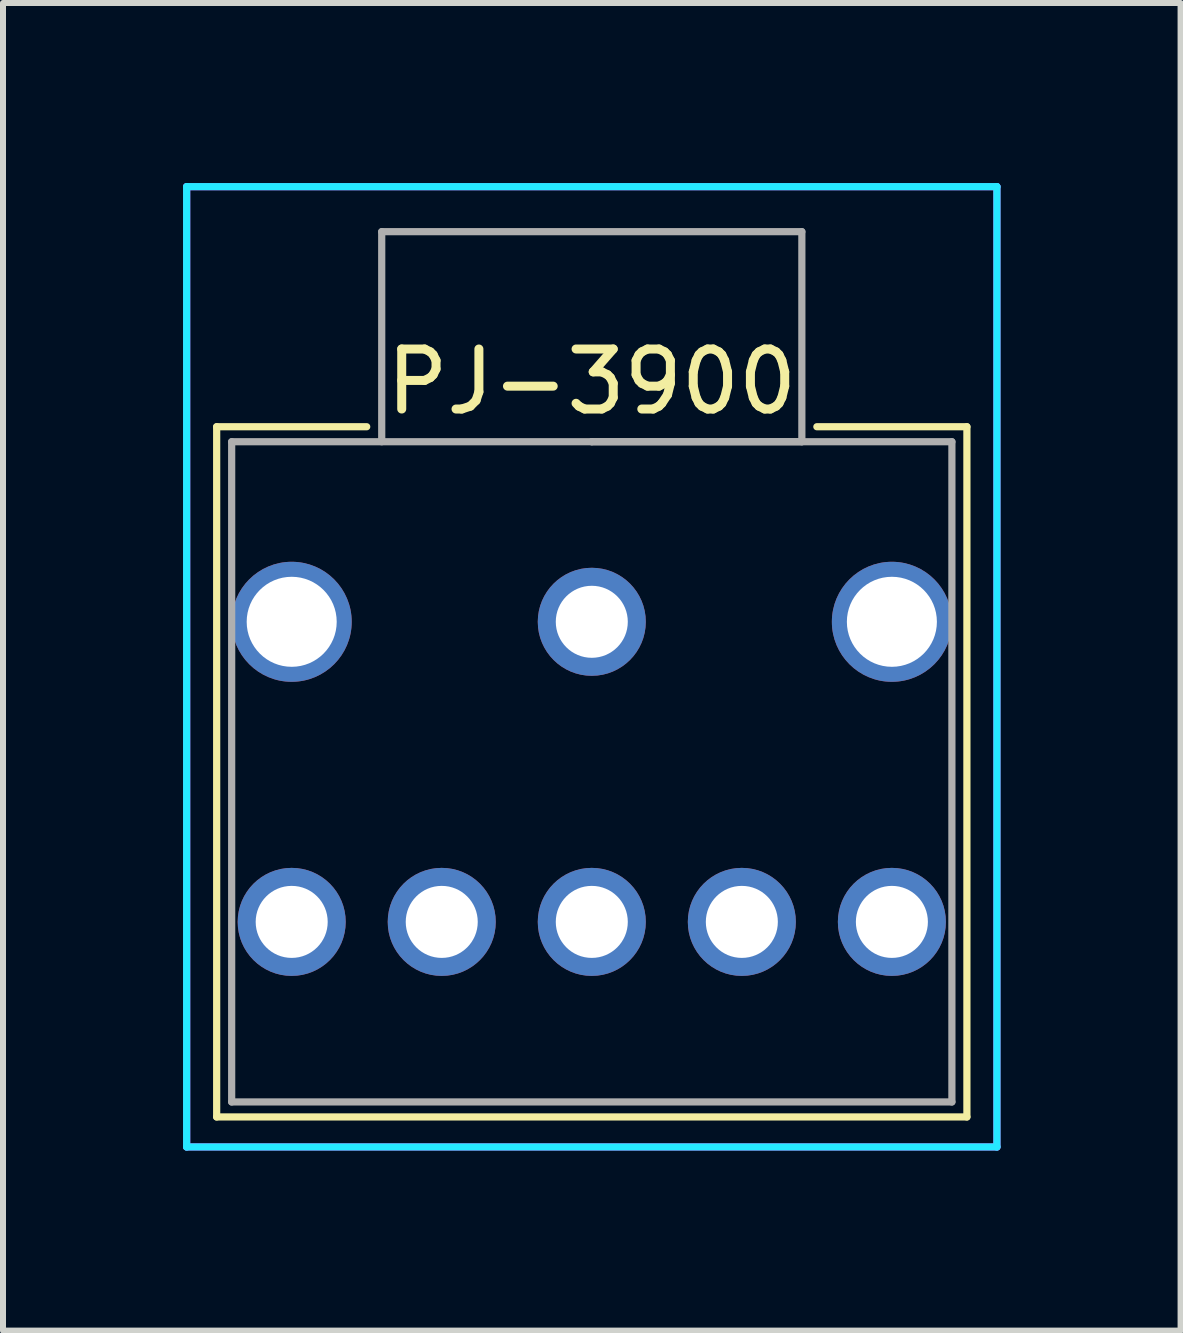
<source format=kicad_pcb>
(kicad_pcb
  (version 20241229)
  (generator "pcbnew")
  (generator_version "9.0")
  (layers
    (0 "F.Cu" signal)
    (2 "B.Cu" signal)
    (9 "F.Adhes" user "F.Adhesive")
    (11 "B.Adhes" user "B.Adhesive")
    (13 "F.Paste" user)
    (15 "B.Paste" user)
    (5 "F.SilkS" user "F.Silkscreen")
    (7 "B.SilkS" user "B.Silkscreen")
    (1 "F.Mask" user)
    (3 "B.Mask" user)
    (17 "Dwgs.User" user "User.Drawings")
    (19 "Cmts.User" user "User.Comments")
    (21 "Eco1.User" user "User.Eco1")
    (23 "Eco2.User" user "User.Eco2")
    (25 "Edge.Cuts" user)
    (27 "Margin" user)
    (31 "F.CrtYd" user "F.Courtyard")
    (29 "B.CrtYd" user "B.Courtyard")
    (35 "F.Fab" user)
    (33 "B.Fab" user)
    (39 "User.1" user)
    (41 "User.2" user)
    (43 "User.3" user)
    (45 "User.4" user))
  (footprint "PJ-3900"
    (layer "F.Cu")
    (at 6.81 7.31)
    (property "Reference" "PJ-3900" (at 0 -4 0) (layer "F.SilkS") (effects (font (size 1 1) (thickness 0.15))))
    (attr through_hole)
    (fp_line (start -6.25 -3.25) (end -3.75 -3.25) (stroke (width 0.12) (type solid)) (layer "F.SilkS"))
    (fp_line (start -6.25 8.25) (end -6.25 -3.25) (stroke (width 0.12) (type solid)) (layer "F.SilkS"))
    (fp_line (start 3.75 -3.25) (end 6.25 -3.25) (stroke (width 0.12) (type solid)) (layer "F.SilkS"))
    (fp_line (start 6.25 -3.25) (end 6.25 8.25) (stroke (width 0.12) (type solid)) (layer "F.SilkS"))
    (fp_line (start 6.25 8.25) (end -6.25 8.25) (stroke (width 0.12) (type solid)) (layer "F.SilkS"))
    (fp_line (start -6.75 -7.25) (end 6.75 -7.25) (stroke (width 0.12) (type solid)) (layer "B.CrtYd"))
    (fp_line (start -6.75 8.75) (end -6.75 -7.25) (stroke (width 0.12) (type solid)) (layer "B.CrtYd"))
    (fp_line (start 6.75 -7.25) (end 6.75 8.75) (stroke (width 0.12) (type solid)) (layer "B.CrtYd"))
    (fp_line (start 6.75 8.75) (end -6.75 8.75) (stroke (width 0.12) (type solid)) (layer "B.CrtYd"))
    (fp_line (start -6.75 -7.25) (end 6.75 -7.25) (stroke (width 0.12) (type solid)) (layer "F.CrtYd"))
    (fp_line (start -6.75 8.75) (end -6.75 -7.25) (stroke (width 0.12) (type solid)) (layer "F.CrtYd"))
    (fp_line (start 6.75 -7.25) (end 6.75 8.75) (stroke (width 0.12) (type solid)) (layer "F.CrtYd"))
    (fp_line (start 6.75 8.75) (end -6.75 8.75) (stroke (width 0.12) (type solid)) (layer "F.CrtYd"))
    (fp_line (start -6 -3) (end 0 -3) (stroke (width 0.12) (type solid)) (layer "F.Fab"))
    (fp_line (start -6 8) (end -6 -3) (stroke (width 0.12) (type solid)) (layer "F.Fab"))
    (fp_line (start -3.5 -6.5) (end -3.5 -3) (stroke (width 0.12) (type solid)) (layer "F.Fab"))
    (fp_line (start 0 -3) (end 3.5 -3) (stroke (width 0.12) (type solid)) (layer "F.Fab"))
    (fp_line (start 0 -3) (end 6 -3) (stroke (width 0.12) (type solid)) (layer "F.Fab"))
    (fp_line (start 3.5 -6.5) (end -3.5 -6.5) (stroke (width 0.12) (type solid)) (layer "F.Fab"))
    (fp_line (start 3.5 -3) (end 3.5 -6.5) (stroke (width 0.12) (type solid)) (layer "F.Fab"))
    (fp_line (start 6 -3) (end 6 8) (stroke (width 0.12) (type solid)) (layer "F.Fab"))
    (fp_line (start 6 8) (end -6 8) (stroke (width 0.12) (type solid)) (layer "F.Fab"))
    (pad "M" thru_hole circle (at -5 0) (size 2 2) (drill 1.5) (layers "*.Cu" "*.Mask"))
    (pad "M" thru_hole circle (at 0 5) (size 1.8 1.8) (drill 1.2) (layers "*.Cu" "*.Mask"))
    (pad "M" thru_hole circle (at 5 0) (size 2 2) (drill 1.5) (layers "*.Cu" "*.Mask"))
    (pad "R" thru_hole circle (at -5 5) (size 1.8 1.8) (drill 1.2) (layers "*.Cu" "*.Mask"))
    (pad "S" thru_hole circle (at 0 0) (size 1.8 1.8) (drill 1.2) (layers "*.Cu" "*.Mask"))
    (pad "T" thru_hole circle (at 5 5) (size 1.8 1.8) (drill 1.2) (layers "*.Cu" "*.Mask"))
    (pad "T2" thru_hole circle (at 2.5 5) (size 1.8 1.8) (drill 1.2) (layers "*.Cu" "*.Mask"))
    (pad "T2S" thru_hole circle (at -2.5 5) (size 1.8 1.8) (drill 1.2) (layers "*.Cu" "*.Mask")))
  (gr_rect
    (start -3 -3)
    (end 16.62 19.12)
    (stroke (width 0.1) (type default))
    (fill no)
    (layer "Edge.Cuts")))
</source>
